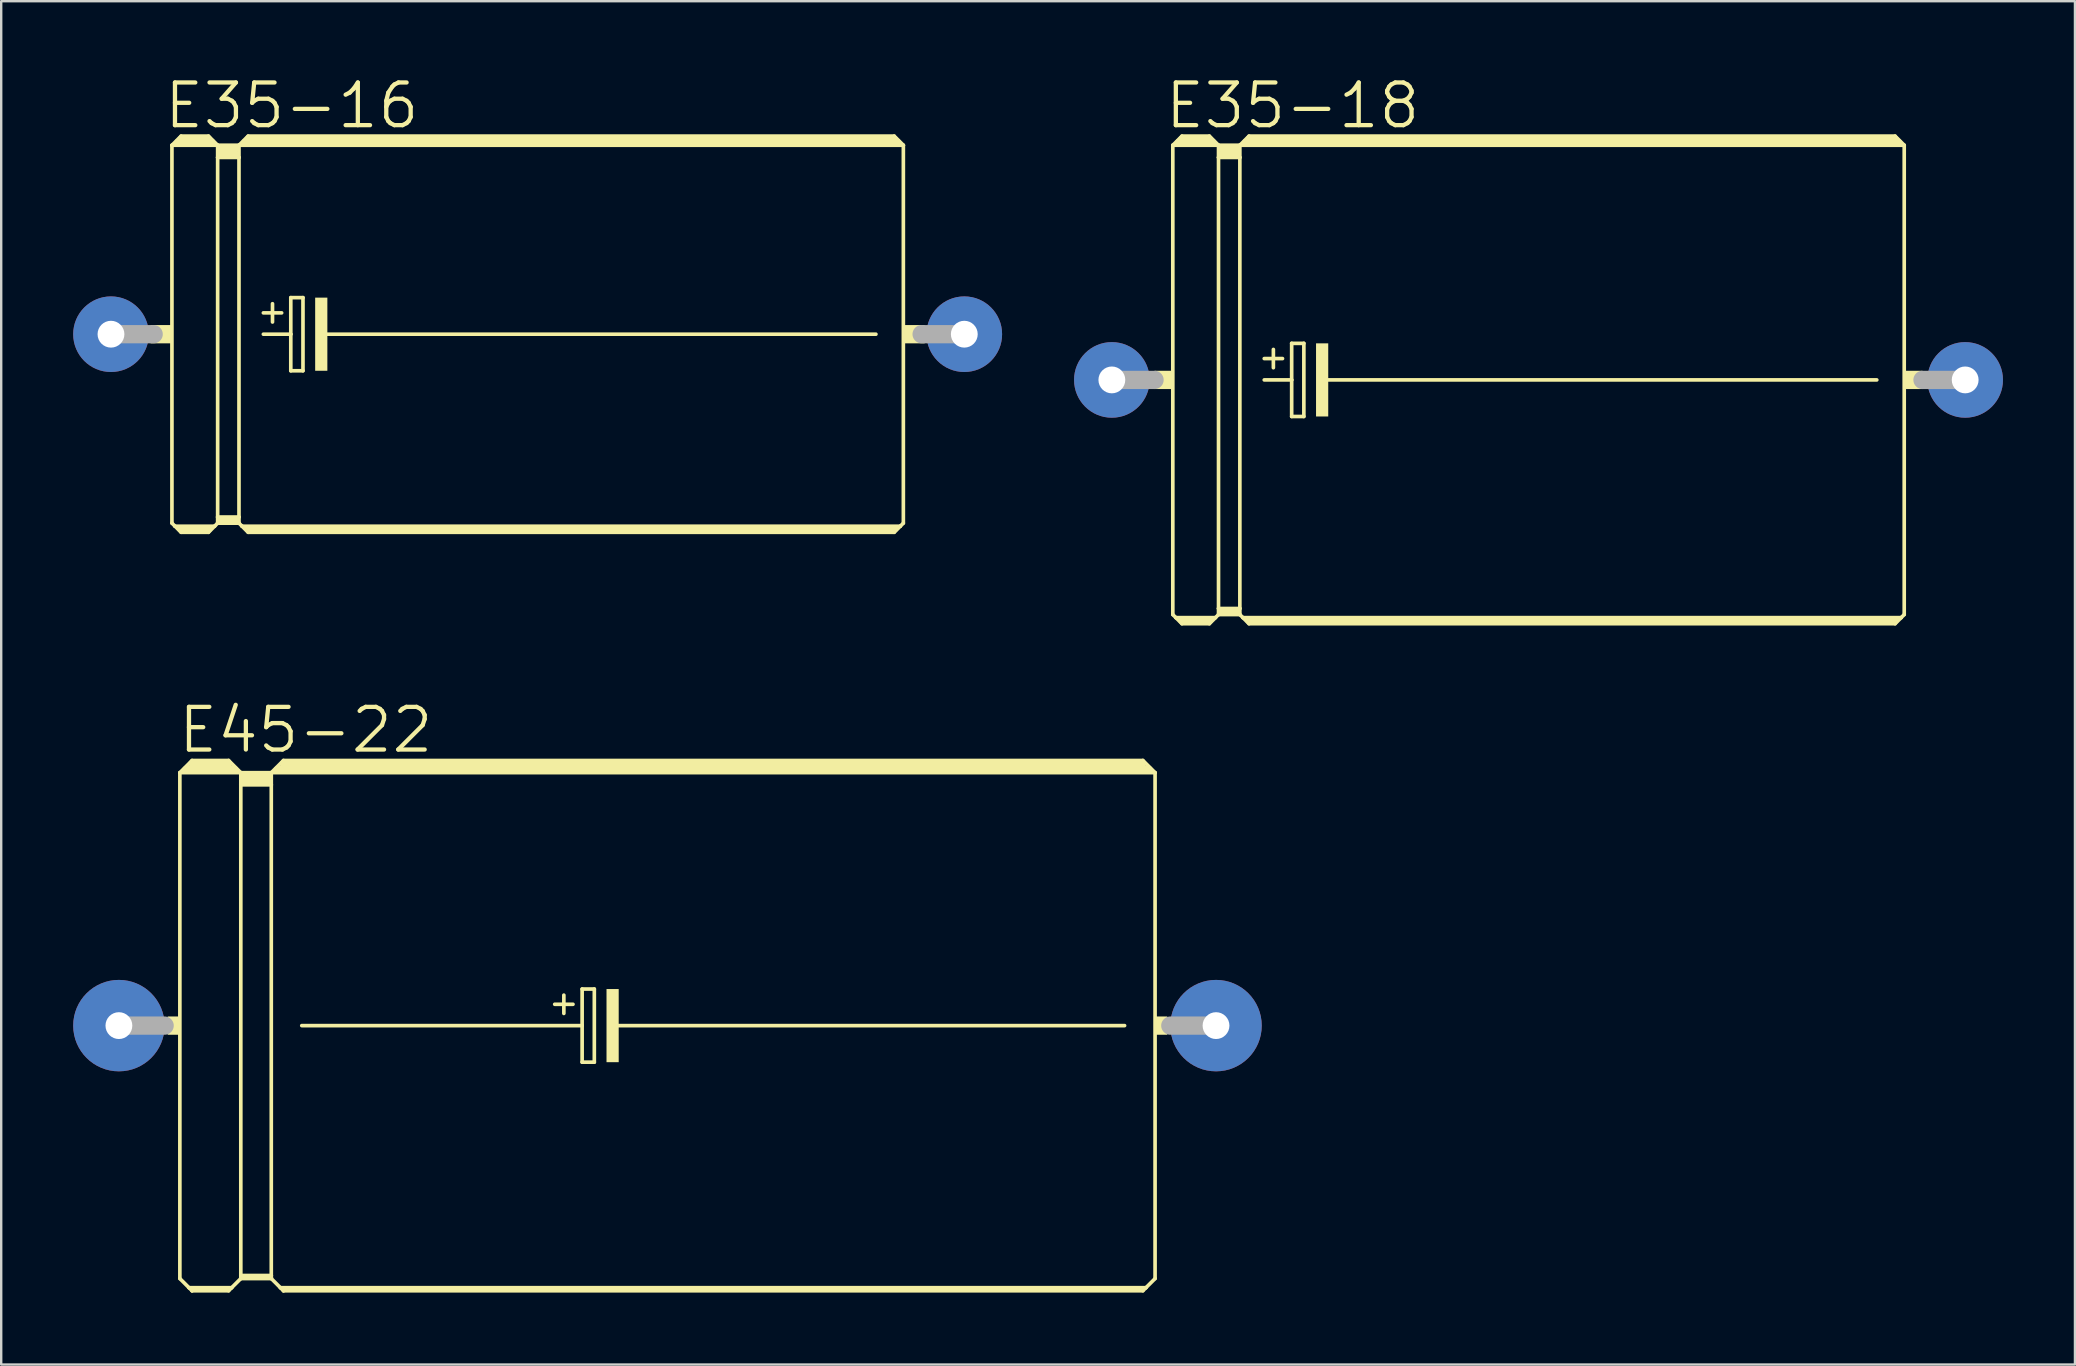
<source format=kicad_pcb>
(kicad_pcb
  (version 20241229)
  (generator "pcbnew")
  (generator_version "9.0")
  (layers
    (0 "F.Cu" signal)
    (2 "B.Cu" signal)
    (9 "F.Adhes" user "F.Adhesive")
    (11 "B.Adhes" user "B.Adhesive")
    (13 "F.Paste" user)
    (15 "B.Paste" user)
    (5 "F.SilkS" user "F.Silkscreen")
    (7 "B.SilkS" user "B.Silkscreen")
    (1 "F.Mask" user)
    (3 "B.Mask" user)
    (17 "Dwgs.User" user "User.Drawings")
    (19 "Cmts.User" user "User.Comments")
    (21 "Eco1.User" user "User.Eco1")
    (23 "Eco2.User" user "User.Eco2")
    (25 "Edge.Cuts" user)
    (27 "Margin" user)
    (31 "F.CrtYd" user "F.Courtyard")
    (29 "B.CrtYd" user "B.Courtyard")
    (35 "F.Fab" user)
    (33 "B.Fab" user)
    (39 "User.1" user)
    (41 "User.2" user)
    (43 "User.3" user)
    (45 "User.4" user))
  (footprint "E35-16"
    (layer "F.Cu")
    (at 19.355 10.877)
    (property "Reference" "E35-16" (at -10.245 -9.525 0) (layer "F.SilkS") (effects (font (size 1.778 1.778) (thickness 0.178))))
    (attr through_hole)
    (fp_line (start -15.24 -7.874) (end -15.24 7.874) (stroke (width 0.152) (type solid)) (layer "F.SilkS"))
    (fp_line (start -15.24 -7.874) (end -14.859 -8.255) (stroke (width 0.152) (type solid)) (layer "F.SilkS"))
    (fp_line (start -15.24 -7.874) (end -13.335 -7.874) (stroke (width 0.152) (type solid)) (layer "F.SilkS"))
    (fp_line (start -15.24 7.874) (end -15.113 8.001) (stroke (width 0.152) (type solid)) (layer "F.SilkS"))
    (fp_line (start -15.113 8.001) (end -14.859 8.255) (stroke (width 0.152) (type solid)) (layer "F.SilkS"))
    (fp_line (start -15.113 8.001) (end -13.462 8.001) (stroke (width 0.152) (type solid)) (layer "F.SilkS"))
    (fp_line (start -14.986 -8.001) (end -13.589 -8.001) (stroke (width 0.305) (type solid)) (layer "F.SilkS"))
    (fp_line (start -14.859 -8.255) (end -13.716 -8.255) (stroke (width 0.152) (type solid)) (layer "F.SilkS"))
    (fp_line (start -14.859 -8.128) (end -13.716 -8.128) (stroke (width 0.305) (type solid)) (layer "F.SilkS"))
    (fp_line (start -14.859 8.128) (end -13.716 8.128) (stroke (width 0.305) (type solid)) (layer "F.SilkS"))
    (fp_line (start -14.859 8.255) (end -13.716 8.255) (stroke (width 0.152) (type solid)) (layer "F.SilkS"))
    (fp_line (start -13.462 8.001) (end -13.716 8.255) (stroke (width 0.152) (type solid)) (layer "F.SilkS"))
    (fp_line (start -13.335 -7.874) (end -13.716 -8.255) (stroke (width 0.152) (type solid)) (layer "F.SilkS"))
    (fp_line (start -13.335 -7.874) (end -13.335 -7.366) (stroke (width 0.152) (type solid)) (layer "F.SilkS"))
    (fp_line (start -13.335 -7.874) (end -12.446 -7.874) (stroke (width 0.152) (type solid)) (layer "F.SilkS"))
    (fp_line (start -13.335 -7.366) (end -13.335 7.62) (stroke (width 0.152) (type solid)) (layer "F.SilkS"))
    (fp_line (start -13.335 -7.366) (end -12.446 -7.366) (stroke (width 0.152) (type solid)) (layer "F.SilkS"))
    (fp_line (start -13.335 7.62) (end -13.335 7.874) (stroke (width 0.152) (type solid)) (layer "F.SilkS"))
    (fp_line (start -13.335 7.62) (end -12.446 7.62) (stroke (width 0.152) (type solid)) (layer "F.SilkS"))
    (fp_line (start -13.335 7.874) (end -13.462 8.001) (stroke (width 0.152) (type solid)) (layer "F.SilkS"))
    (fp_line (start -13.335 7.874) (end -12.446 7.874) (stroke (width 0.152) (type solid)) (layer "F.SilkS"))
    (fp_line (start -13.208 -7.747) (end -12.573 -7.747) (stroke (width 0.305) (type solid)) (layer "F.SilkS"))
    (fp_line (start -13.208 -7.493) (end -12.573 -7.493) (stroke (width 0.305) (type solid)) (layer "F.SilkS"))
    (fp_line (start -13.208 7.747) (end -12.573 7.747) (stroke (width 0.305) (type solid)) (layer "F.SilkS"))
    (fp_line (start -12.446 -7.874) (end -12.446 -7.366) (stroke (width 0.152) (type solid)) (layer "F.SilkS"))
    (fp_line (start -12.446 -7.874) (end -12.065 -8.255) (stroke (width 0.152) (type solid)) (layer "F.SilkS"))
    (fp_line (start -12.446 -7.874) (end 15.24 -7.874) (stroke (width 0.152) (type solid)) (layer "F.SilkS"))
    (fp_line (start -12.446 -7.366) (end -12.446 7.62) (stroke (width 0.152) (type solid)) (layer "F.SilkS"))
    (fp_line (start -12.446 7.62) (end -12.446 7.874) (stroke (width 0.152) (type solid)) (layer "F.SilkS"))
    (fp_line (start -12.319 8.001) (end -12.446 7.874) (stroke (width 0.152) (type solid)) (layer "F.SilkS"))
    (fp_line (start -12.319 8.001) (end 15.113 8.001) (stroke (width 0.152) (type solid)) (layer "F.SilkS"))
    (fp_line (start -12.192 -8.001) (end 14.986 -8.001) (stroke (width 0.305) (type solid)) (layer "F.SilkS"))
    (fp_line (start -12.065 -8.128) (end 14.859 -8.128) (stroke (width 0.305) (type solid)) (layer "F.SilkS"))
    (fp_line (start -12.065 8.128) (end 14.859 8.128) (stroke (width 0.305) (type solid)) (layer "F.SilkS"))
    (fp_line (start -12.065 8.255) (end -12.319 8.001) (stroke (width 0.152) (type solid)) (layer "F.SilkS"))
    (fp_line (start -11.43 -0.889) (end -10.668 -0.889) (stroke (width 0.152) (type solid)) (layer "F.SilkS"))
    (fp_line (start -11.43 0) (end -10.287 0) (stroke (width 0.152) (type solid)) (layer "F.SilkS"))
    (fp_line (start -11.049 -1.27) (end -11.049 -0.508) (stroke (width 0.152) (type solid)) (layer "F.SilkS"))
    (fp_line (start -10.287 -1.524) (end -10.287 0) (stroke (width 0.152) (type solid)) (layer "F.SilkS"))
    (fp_line (start -10.287 0) (end -10.287 1.524) (stroke (width 0.152) (type solid)) (layer "F.SilkS"))
    (fp_line (start -10.287 1.524) (end -9.779 1.524) (stroke (width 0.152) (type solid)) (layer "F.SilkS"))
    (fp_line (start -9.779 -1.524) (end -10.287 -1.524) (stroke (width 0.152) (type solid)) (layer "F.SilkS"))
    (fp_line (start -9.779 1.524) (end -9.779 -1.524) (stroke (width 0.152) (type solid)) (layer "F.SilkS"))
    (fp_line (start -8.89 0) (end 14.097 0) (stroke (width 0.152) (type solid)) (layer "F.SilkS"))
    (fp_line (start 14.859 -8.255) (end -12.065 -8.255) (stroke (width 0.152) (type solid)) (layer "F.SilkS"))
    (fp_line (start 14.859 8.255) (end -12.065 8.255) (stroke (width 0.152) (type solid)) (layer "F.SilkS"))
    (fp_line (start 15.113 8.001) (end 14.859 8.255) (stroke (width 0.152) (type solid)) (layer "F.SilkS"))
    (fp_line (start 15.24 -7.874) (end 14.859 -8.255) (stroke (width 0.152) (type solid)) (layer "F.SilkS"))
    (fp_line (start 15.24 -7.874) (end 15.24 7.874) (stroke (width 0.152) (type solid)) (layer "F.SilkS"))
    (fp_line (start 15.24 7.874) (end 15.113 8.001) (stroke (width 0.152) (type solid)) (layer "F.SilkS"))
    (fp_poly (pts (xy -16.129 -0.381) (xy -15.24 -0.381) (xy -15.24 0.381) (xy -16.129 0.381)) (stroke (width 0) (type solid)) (fill yes) (layer "F.SilkS"))
    (fp_poly (pts (xy -9.271 -1.524) (xy -8.763 -1.524) (xy -8.763 1.524) (xy -9.271 1.524)) (stroke (width 0) (type solid)) (fill yes) (layer "F.SilkS"))
    (fp_poly (pts (xy 15.24 -0.381) (xy 16.129 -0.381) (xy 16.129 0.381) (xy 15.24 0.381)) (stroke (width 0) (type solid)) (fill yes) (layer "F.SilkS"))
    (fp_line (start -17.78 0) (end -16.002 0) (stroke (width 0.762) (type solid)) (layer "F.Fab"))
    (fp_line (start 17.78 0) (end 16.002 0) (stroke (width 0.762) (type solid)) (layer "F.Fab"))
    (pad "+" thru_hole circle (at -17.78 0) (size 3.15 3.15) (drill 1.118) (layers "*.Cu" "*.Mask"))
    (pad "-" thru_hole circle (at 17.78 0) (size 3.15 3.15) (drill 1.118) (layers "*.Cu" "*.Mask")))
  (footprint "E45-22"
    (layer "F.Cu")
    (at 24.765 39.69)
    (property "Reference" "E45-22" (at -15.071 -12.319 0) (layer "F.SilkS") (effects (font (size 1.778 1.778) (thickness 0.178))))
    (attr through_hole)
    (fp_line (start -20.32 -10.541) (end -20.32 10.541) (stroke (width 0.152) (type solid)) (layer "F.SilkS"))
    (fp_line (start -20.32 -10.541) (end -19.812 -11.049) (stroke (width 0.152) (type solid)) (layer "F.SilkS"))
    (fp_line (start -20.32 -10.541) (end -17.78 -10.541) (stroke (width 0.152) (type solid)) (layer "F.SilkS"))
    (fp_line (start -20.32 10.541) (end -19.939 10.922) (stroke (width 0.152) (type solid)) (layer "F.SilkS"))
    (fp_line (start -20.066 -10.668) (end -18.034 -10.668) (stroke (width 0.305) (type solid)) (layer "F.SilkS"))
    (fp_line (start -19.939 10.922) (end -19.812 11.049) (stroke (width 0.152) (type solid)) (layer "F.SilkS"))
    (fp_line (start -19.939 10.922) (end -18.161 10.922) (stroke (width 0.152) (type solid)) (layer "F.SilkS"))
    (fp_line (start -19.812 -11.049) (end -18.288 -11.049) (stroke (width 0.152) (type solid)) (layer "F.SilkS"))
    (fp_line (start -19.812 -10.922) (end -18.288 -10.922) (stroke (width 0.305) (type solid)) (layer "F.SilkS"))
    (fp_line (start -19.812 10.998) (end -18.288 10.998) (stroke (width 0.152) (type solid)) (layer "F.SilkS"))
    (fp_line (start -19.812 11.049) (end -19.812 10.998) (stroke (width 0.152) (type solid)) (layer "F.SilkS"))
    (fp_line (start -19.812 11.049) (end -18.288 11.049) (stroke (width 0.152) (type solid)) (layer "F.SilkS"))
    (fp_line (start -18.288 -11.049) (end -17.78 -10.541) (stroke (width 0.152) (type solid)) (layer "F.SilkS"))
    (fp_line (start -18.288 11.049) (end -18.161 10.922) (stroke (width 0.152) (type solid)) (layer "F.SilkS"))
    (fp_line (start -18.161 10.922) (end -17.78 10.541) (stroke (width 0.152) (type solid)) (layer "F.SilkS"))
    (fp_line (start -17.78 -10.541) (end -16.51 -10.541) (stroke (width 0.152) (type solid)) (layer "F.SilkS"))
    (fp_line (start -17.78 -10.033) (end -17.78 -10.541) (stroke (width 0.152) (type solid)) (layer "F.SilkS"))
    (fp_line (start -17.78 -10.033) (end -16.51 -10.033) (stroke (width 0.152) (type solid)) (layer "F.SilkS"))
    (fp_line (start -17.78 10.414) (end -17.78 -10.033) (stroke (width 0.152) (type solid)) (layer "F.SilkS"))
    (fp_line (start -17.78 10.414) (end -16.51 10.414) (stroke (width 0.152) (type solid)) (layer "F.SilkS"))
    (fp_line (start -17.78 10.49) (end -17.78 10.414) (stroke (width 0.152) (type solid)) (layer "F.SilkS"))
    (fp_line (start -17.78 10.49) (end -16.51 10.49) (stroke (width 0.152) (type solid)) (layer "F.SilkS"))
    (fp_line (start -17.78 10.541) (end -17.78 10.49) (stroke (width 0.152) (type solid)) (layer "F.SilkS"))
    (fp_line (start -17.78 10.541) (end -16.51 10.541) (stroke (width 0.152) (type solid)) (layer "F.SilkS"))
    (fp_line (start -17.653 -10.414) (end -16.637 -10.414) (stroke (width 0.305) (type solid)) (layer "F.SilkS"))
    (fp_line (start -17.653 -10.16) (end -16.637 -10.16) (stroke (width 0.305) (type solid)) (layer "F.SilkS"))
    (fp_line (start -16.51 -10.541) (end -16.002 -11.049) (stroke (width 0.152) (type solid)) (layer "F.SilkS"))
    (fp_line (start -16.51 -10.541) (end 20.32 -10.541) (stroke (width 0.152) (type solid)) (layer "F.SilkS"))
    (fp_line (start -16.51 -10.033) (end -16.51 -10.541) (stroke (width 0.152) (type solid)) (layer "F.SilkS"))
    (fp_line (start -16.51 10.414) (end -16.51 -10.033) (stroke (width 0.152) (type solid)) (layer "F.SilkS"))
    (fp_line (start -16.51 10.49) (end -16.51 10.414) (stroke (width 0.152) (type solid)) (layer "F.SilkS"))
    (fp_line (start -16.51 10.541) (end -16.51 10.49) (stroke (width 0.152) (type solid)) (layer "F.SilkS"))
    (fp_line (start -16.51 10.541) (end -16.129 10.922) (stroke (width 0.152) (type solid)) (layer "F.SilkS"))
    (fp_line (start -16.256 -10.668) (end 20.066 -10.668) (stroke (width 0.305) (type solid)) (layer "F.SilkS"))
    (fp_line (start -16.129 10.922) (end -16.002 11.049) (stroke (width 0.152) (type solid)) (layer "F.SilkS"))
    (fp_line (start -16.129 10.922) (end 19.939 10.922) (stroke (width 0.152) (type solid)) (layer "F.SilkS"))
    (fp_line (start -16.002 -11.049) (end 19.812 -11.049) (stroke (width 0.152) (type solid)) (layer "F.SilkS"))
    (fp_line (start -16.002 -10.922) (end 19.812 -10.922) (stroke (width 0.305) (type solid)) (layer "F.SilkS"))
    (fp_line (start -16.002 10.998) (end 19.812 10.998) (stroke (width 0.152) (type solid)) (layer "F.SilkS"))
    (fp_line (start -16.002 11.049) (end -16.002 10.998) (stroke (width 0.152) (type solid)) (layer "F.SilkS"))
    (fp_line (start -16.002 11.049) (end 19.812 11.049) (stroke (width 0.152) (type solid)) (layer "F.SilkS"))
    (fp_line (start -15.24 0) (end -3.556 0) (stroke (width 0.152) (type solid)) (layer "F.SilkS"))
    (fp_line (start -4.699 -0.889) (end -3.937 -0.889) (stroke (width 0.152) (type solid)) (layer "F.SilkS"))
    (fp_line (start -4.318 -1.27) (end -4.318 -0.508) (stroke (width 0.152) (type solid)) (layer "F.SilkS"))
    (fp_line (start -3.556 -1.524) (end -3.556 0) (stroke (width 0.152) (type solid)) (layer "F.SilkS"))
    (fp_line (start -3.556 0) (end -3.556 1.524) (stroke (width 0.152) (type solid)) (layer "F.SilkS"))
    (fp_line (start -3.556 1.524) (end -3.048 1.524) (stroke (width 0.152) (type solid)) (layer "F.SilkS"))
    (fp_line (start -3.048 -1.524) (end -3.556 -1.524) (stroke (width 0.152) (type solid)) (layer "F.SilkS"))
    (fp_line (start -3.048 1.524) (end -3.048 -1.524) (stroke (width 0.152) (type solid)) (layer "F.SilkS"))
    (fp_line (start -2.159 0) (end 19.05 0) (stroke (width 0.152) (type solid)) (layer "F.SilkS"))
    (fp_line (start 19.812 -11.049) (end 20.32 -10.541) (stroke (width 0.152) (type solid)) (layer "F.SilkS"))
    (fp_line (start 19.812 11.049) (end 19.939 10.922) (stroke (width 0.152) (type solid)) (layer "F.SilkS"))
    (fp_line (start 19.939 10.922) (end 20.32 10.541) (stroke (width 0.152) (type solid)) (layer "F.SilkS"))
    (fp_line (start 20.32 -10.541) (end 20.32 10.541) (stroke (width 0.152) (type solid)) (layer "F.SilkS"))
    (fp_poly (pts (xy -20.828 -0.381) (xy -20.32 -0.381) (xy -20.32 0.381) (xy -20.828 0.381)) (stroke (width 0) (type solid)) (fill yes) (layer "F.SilkS"))
    (fp_poly (pts (xy -2.54 -1.524) (xy -2.032 -1.524) (xy -2.032 1.524) (xy -2.54 1.524)) (stroke (width 0) (type solid)) (fill yes) (layer "F.SilkS"))
    (fp_poly (pts (xy 20.32 -0.381) (xy 20.828 -0.381) (xy 20.828 0.381) (xy 20.32 0.381)) (stroke (width 0) (type solid)) (fill yes) (layer "F.SilkS"))
    (fp_line (start -22.86 0) (end -20.955 0) (stroke (width 0.762) (type solid)) (layer "F.Fab"))
    (fp_line (start 22.86 0) (end 20.955 0) (stroke (width 0.762) (type solid)) (layer "F.Fab"))
    (pad "+" thru_hole circle (at -22.86 0) (size 3.81 3.81) (drill 1.118) (layers "*.Cu" "*.Mask"))
    (pad "-" thru_hole circle (at 22.86 0) (size 3.81 3.81) (drill 1.118) (layers "*.Cu" "*.Mask")))
  (footprint "E35-18"
    (layer "F.Cu")
    (at 61.064 12.782)
    (property "Reference" "E35-18" (at -10.245 -11.43 0) (layer "F.SilkS") (effects (font (size 1.778 1.778) (thickness 0.178))))
    (attr through_hole)
    (fp_line (start -15.24 -9.779) (end -15.24 9.779) (stroke (width 0.152) (type solid)) (layer "F.SilkS"))
    (fp_line (start -15.24 -9.779) (end -14.859 -10.16) (stroke (width 0.152) (type solid)) (layer "F.SilkS"))
    (fp_line (start -15.24 -9.779) (end -13.335 -9.779) (stroke (width 0.152) (type solid)) (layer "F.SilkS"))
    (fp_line (start -15.24 9.779) (end -15.113 9.906) (stroke (width 0.152) (type solid)) (layer "F.SilkS"))
    (fp_line (start -15.113 9.906) (end -14.859 10.16) (stroke (width 0.152) (type solid)) (layer "F.SilkS"))
    (fp_line (start -15.113 9.906) (end -13.462 9.906) (stroke (width 0.152) (type solid)) (layer "F.SilkS"))
    (fp_line (start -14.986 -9.906) (end -13.589 -9.906) (stroke (width 0.305) (type solid)) (layer "F.SilkS"))
    (fp_line (start -14.859 -10.16) (end -13.716 -10.16) (stroke (width 0.152) (type solid)) (layer "F.SilkS"))
    (fp_line (start -14.859 -10.033) (end -13.716 -10.033) (stroke (width 0.305) (type solid)) (layer "F.SilkS"))
    (fp_line (start -14.859 10.033) (end -13.716 10.033) (stroke (width 0.305) (type solid)) (layer "F.SilkS"))
    (fp_line (start -14.859 10.16) (end -13.716 10.16) (stroke (width 0.152) (type solid)) (layer "F.SilkS"))
    (fp_line (start -13.462 9.906) (end -13.716 10.16) (stroke (width 0.152) (type solid)) (layer "F.SilkS"))
    (fp_line (start -13.335 -9.779) (end -13.716 -10.16) (stroke (width 0.152) (type solid)) (layer "F.SilkS"))
    (fp_line (start -13.335 -9.779) (end -13.335 -9.271) (stroke (width 0.152) (type solid)) (layer "F.SilkS"))
    (fp_line (start -13.335 -9.779) (end -12.446 -9.779) (stroke (width 0.152) (type solid)) (layer "F.SilkS"))
    (fp_line (start -13.335 -9.271) (end -13.335 9.525) (stroke (width 0.152) (type solid)) (layer "F.SilkS"))
    (fp_line (start -13.335 -9.271) (end -12.446 -9.271) (stroke (width 0.152) (type solid)) (layer "F.SilkS"))
    (fp_line (start -13.335 9.525) (end -13.335 9.779) (stroke (width 0.152) (type solid)) (layer "F.SilkS"))
    (fp_line (start -13.335 9.525) (end -12.446 9.525) (stroke (width 0.152) (type solid)) (layer "F.SilkS"))
    (fp_line (start -13.335 9.779) (end -13.462 9.906) (stroke (width 0.152) (type solid)) (layer "F.SilkS"))
    (fp_line (start -13.335 9.779) (end -12.446 9.779) (stroke (width 0.152) (type solid)) (layer "F.SilkS"))
    (fp_line (start -13.208 -9.652) (end -12.573 -9.652) (stroke (width 0.305) (type solid)) (layer "F.SilkS"))
    (fp_line (start -13.208 -9.398) (end -12.573 -9.398) (stroke (width 0.305) (type solid)) (layer "F.SilkS"))
    (fp_line (start -13.208 9.652) (end -12.573 9.652) (stroke (width 0.305) (type solid)) (layer "F.SilkS"))
    (fp_line (start -12.446 -9.779) (end -12.446 -9.271) (stroke (width 0.152) (type solid)) (layer "F.SilkS"))
    (fp_line (start -12.446 -9.779) (end -12.065 -10.16) (stroke (width 0.152) (type solid)) (layer "F.SilkS"))
    (fp_line (start -12.446 -9.779) (end 15.24 -9.779) (stroke (width 0.152) (type solid)) (layer "F.SilkS"))
    (fp_line (start -12.446 -9.271) (end -12.446 9.525) (stroke (width 0.152) (type solid)) (layer "F.SilkS"))
    (fp_line (start -12.446 9.525) (end -12.446 9.779) (stroke (width 0.152) (type solid)) (layer "F.SilkS"))
    (fp_line (start -12.319 9.906) (end -12.446 9.779) (stroke (width 0.152) (type solid)) (layer "F.SilkS"))
    (fp_line (start -12.319 9.906) (end 15.113 9.906) (stroke (width 0.152) (type solid)) (layer "F.SilkS"))
    (fp_line (start -12.192 -9.906) (end 14.986 -9.906) (stroke (width 0.305) (type solid)) (layer "F.SilkS"))
    (fp_line (start -12.065 -10.033) (end 14.859 -10.033) (stroke (width 0.305) (type solid)) (layer "F.SilkS"))
    (fp_line (start -12.065 10.033) (end 14.859 10.033) (stroke (width 0.305) (type solid)) (layer "F.SilkS"))
    (fp_line (start -12.065 10.16) (end -12.319 9.906) (stroke (width 0.152) (type solid)) (layer "F.SilkS"))
    (fp_line (start -11.43 -0.889) (end -10.668 -0.889) (stroke (width 0.152) (type solid)) (layer "F.SilkS"))
    (fp_line (start -11.43 0) (end -10.287 0) (stroke (width 0.152) (type solid)) (layer "F.SilkS"))
    (fp_line (start -11.049 -1.27) (end -11.049 -0.508) (stroke (width 0.152) (type solid)) (layer "F.SilkS"))
    (fp_line (start -10.287 -1.524) (end -10.287 0) (stroke (width 0.152) (type solid)) (layer "F.SilkS"))
    (fp_line (start -10.287 0) (end -10.287 1.524) (stroke (width 0.152) (type solid)) (layer "F.SilkS"))
    (fp_line (start -10.287 1.524) (end -9.779 1.524) (stroke (width 0.152) (type solid)) (layer "F.SilkS"))
    (fp_line (start -9.779 -1.524) (end -10.287 -1.524) (stroke (width 0.152) (type solid)) (layer "F.SilkS"))
    (fp_line (start -9.779 1.524) (end -9.779 -1.524) (stroke (width 0.152) (type solid)) (layer "F.SilkS"))
    (fp_line (start -8.89 0) (end 14.097 0) (stroke (width 0.152) (type solid)) (layer "F.SilkS"))
    (fp_line (start 14.859 -10.16) (end -12.065 -10.16) (stroke (width 0.152) (type solid)) (layer "F.SilkS"))
    (fp_line (start 14.859 10.16) (end -12.065 10.16) (stroke (width 0.152) (type solid)) (layer "F.SilkS"))
    (fp_line (start 15.113 9.906) (end 14.859 10.16) (stroke (width 0.152) (type solid)) (layer "F.SilkS"))
    (fp_line (start 15.24 -9.779) (end 14.859 -10.16) (stroke (width 0.152) (type solid)) (layer "F.SilkS"))
    (fp_line (start 15.24 -9.779) (end 15.24 9.779) (stroke (width 0.152) (type solid)) (layer "F.SilkS"))
    (fp_line (start 15.24 9.779) (end 15.113 9.906) (stroke (width 0.152) (type solid)) (layer "F.SilkS"))
    (fp_poly (pts (xy -16.002 -0.381) (xy -15.24 -0.381) (xy -15.24 0.381) (xy -16.002 0.381)) (stroke (width 0) (type solid)) (fill yes) (layer "F.SilkS"))
    (fp_poly (pts (xy -9.271 -1.524) (xy -8.763 -1.524) (xy -8.763 1.524) (xy -9.271 1.524)) (stroke (width 0) (type solid)) (fill yes) (layer "F.SilkS"))
    (fp_poly (pts (xy 15.24 -0.381) (xy 16.002 -0.381) (xy 16.002 0.381) (xy 15.24 0.381)) (stroke (width 0) (type solid)) (fill yes) (layer "F.SilkS"))
    (fp_line (start -17.78 0) (end -16.002 0) (stroke (width 0.762) (type solid)) (layer "F.Fab"))
    (fp_line (start 17.78 0) (end 16.002 0) (stroke (width 0.762) (type solid)) (layer "F.Fab"))
    (pad "+" thru_hole circle (at -17.78 0) (size 3.15 3.15) (drill 1.118) (layers "*.Cu" "*.Mask"))
    (pad "-" thru_hole circle (at 17.78 0) (size 3.15 3.15) (drill 1.118) (layers "*.Cu" "*.Mask")))
  (gr_rect
    (start -3 -3)
    (end 83.419 53.815)
    (stroke (width 0.1) (type default))
    (fill no)
    (layer "Edge.Cuts")))
</source>
